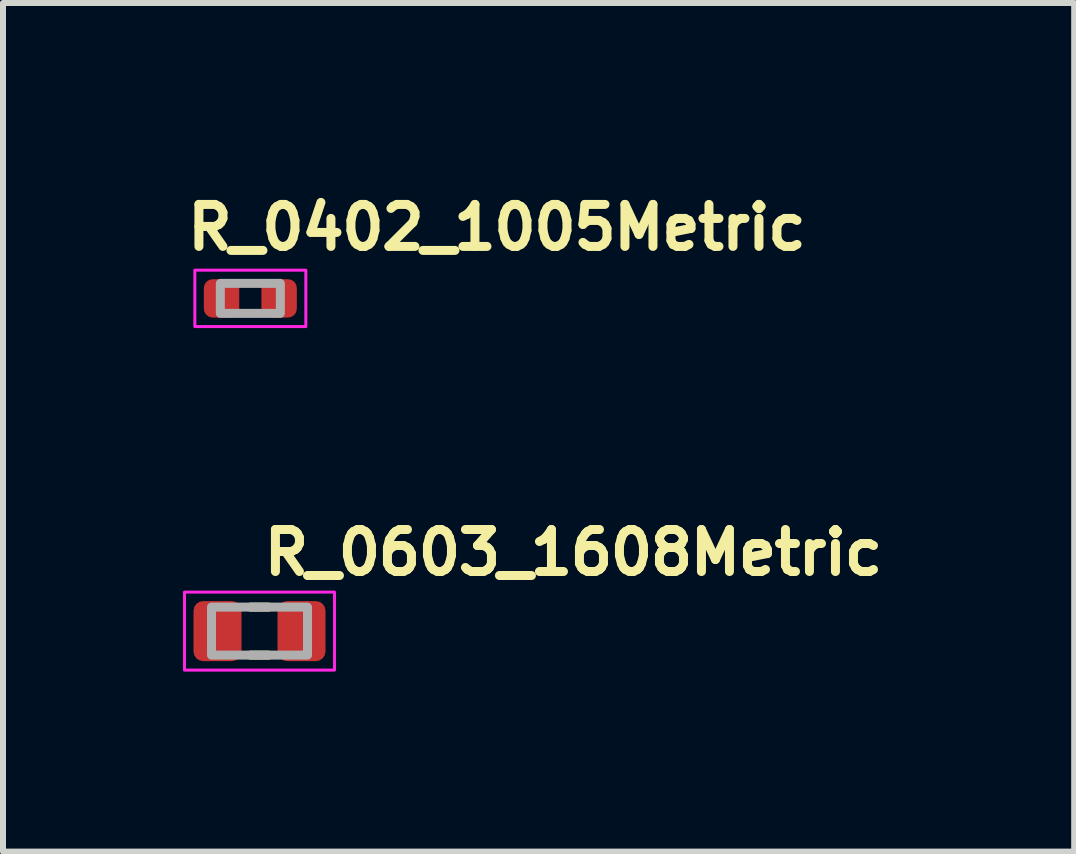
<source format=kicad_pcb>
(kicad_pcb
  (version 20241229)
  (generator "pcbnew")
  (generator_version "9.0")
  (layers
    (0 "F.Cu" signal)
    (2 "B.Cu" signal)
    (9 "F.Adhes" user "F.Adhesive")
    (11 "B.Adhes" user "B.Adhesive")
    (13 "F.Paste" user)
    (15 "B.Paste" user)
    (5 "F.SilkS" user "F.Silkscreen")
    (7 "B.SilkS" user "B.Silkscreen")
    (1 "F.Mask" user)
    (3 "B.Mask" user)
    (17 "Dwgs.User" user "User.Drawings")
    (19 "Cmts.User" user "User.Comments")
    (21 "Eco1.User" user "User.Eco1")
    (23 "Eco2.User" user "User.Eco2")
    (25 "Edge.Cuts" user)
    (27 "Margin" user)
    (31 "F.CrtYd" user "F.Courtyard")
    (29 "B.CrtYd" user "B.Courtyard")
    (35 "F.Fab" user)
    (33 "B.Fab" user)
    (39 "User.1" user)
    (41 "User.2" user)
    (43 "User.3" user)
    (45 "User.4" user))
  (footprint "R_0402_1005Metric"
    (layer "F.Cu")
    (at 1.122 1.923)
    (property "Reference" "R_0402_1005Metric" (at -1.122 -0.773 0) (layer "F.SilkS") (effects (font (size 0.7 0.7) (thickness 0.15)) (justify left bottom)))
    (attr smd)
    (fp_rect (start -0.925 -0.47) (end 0.925 0.47) (stroke (width 0.05) (type default)) (fill no) (layer "F.CrtYd"))
    (fp_rect (start -0.5 -0.25) (end 0.5 0.25) (stroke (width 0.15) (type solid)) (fill no) (layer "F.Fab"))
    (fp_rect (start -0.5 -0.25) (end 0.5 0.25) (stroke (width 0.1) (type solid)) (fill no) (layer "User.5"))
    (fp_line (start -0.5 0.248) (end -0.5 -0.25) (stroke (width 0.02) (type solid)) (layer "User.9"))
    (fp_line (start -0.25 -0.25) (end -0.5 -0.25) (stroke (width 0.02) (type solid)) (layer "User.9"))
    (fp_line (start -0.25 0.248) (end -0.5 0.248) (stroke (width 0.02) (type solid)) (layer "User.9"))
    (fp_line (start -0.25 0.248) (end -0.25 -0.25) (stroke (width 0.02) (type solid)) (layer "User.9"))
    (fp_line (start 0.248 -0.25) (end 0.248 0.248) (stroke (width 0.02) (type solid)) (layer "User.9"))
    (fp_line (start 0.248 -0.232) (end -0.25 -0.232) (stroke (width 0.02) (type solid)) (layer "User.9"))
    (fp_line (start 0.248 0.23) (end -0.25 0.23) (stroke (width 0.02) (type solid)) (layer "User.9"))
    (fp_line (start 0.248 0.248) (end 0.498 0.248) (stroke (width 0.02) (type solid)) (layer "User.9"))
    (fp_line (start 0.498 -0.25) (end 0.248 -0.25) (stroke (width 0.02) (type solid)) (layer "User.9"))
    (fp_line (start 0.498 0.248) (end 0.498 -0.25) (stroke (width 0.02) (type solid)) (layer "User.9"))
    (pad "1" smd roundrect (at -0.48 0) (size 0.59 0.64) (layers "F.Cu" "F.Mask" "F.Paste") (roundrect_rratio 0.25))
    (pad "2" smd roundrect (at 0.48 0) (size 0.59 0.64) (layers "F.Cu" "F.Mask" "F.Paste") (roundrect_rratio 0.25)))
  (footprint "R_0603_1608Metric"
    (layer "F.Cu")
    (at 1.275 7.468)
    (property "Reference" "R_0603_1608Metric" (at 0 -0.9 0) (layer "F.SilkS") (effects (font (size 0.7 0.7) (thickness 0.15)) (justify left bottom)))
    (attr smd)
    (fp_line (start -0.15 -0.4) (end 0.15 -0.4) (stroke (width 0.15) (type solid)) (layer "F.SilkS"))
    (fp_line (start -0.15 0.4) (end 0.15 0.4) (stroke (width 0.15) (type solid)) (layer "F.SilkS"))
    (fp_rect (start -1.25 -0.65) (end 1.25 0.65) (stroke (width 0.05) (type solid)) (fill no) (layer "F.CrtYd"))
    (fp_rect (start -0.8 -0.4) (end 0.8 0.4) (stroke (width 0.15) (type solid)) (fill no) (layer "F.Fab"))
    (fp_rect (start -0.8 -0.4) (end 0.8 0.4) (stroke (width 0.1) (type solid)) (fill no) (layer "User.5"))
    (fp_line (start -0.802 -0.398) (end -0.802 0.396) (stroke (width 0.02) (type solid)) (layer "User.9"))
    (fp_line (start -0.802 -0.398) (end -0.5 -0.398) (stroke (width 0.02) (type solid)) (layer "User.9"))
    (fp_line (start -0.5 -0.402) (end -0.5 0.4) (stroke (width 0.02) (type solid)) (layer "User.9"))
    (fp_line (start -0.5 -0.402) (end 0.498 -0.402) (stroke (width 0.02) (type solid)) (layer "User.9"))
    (fp_line (start -0.5 0.396) (end -0.802 0.396) (stroke (width 0.02) (type solid)) (layer "User.9"))
    (fp_line (start 0.498 -0.402) (end 0.498 0.4) (stroke (width 0.02) (type solid)) (layer "User.9"))
    (fp_line (start 0.498 -0.398) (end 0.8 -0.398) (stroke (width 0.02) (type solid)) (layer "User.9"))
    (fp_line (start 0.498 0.4) (end -0.5 0.4) (stroke (width 0.02) (type solid)) (layer "User.9"))
    (fp_line (start 0.8 -0.398) (end 0.8 0.396) (stroke (width 0.02) (type solid)) (layer "User.9"))
    (fp_line (start 0.8 0.396) (end 0.498 0.396) (stroke (width 0.02) (type solid)) (layer "User.9"))
    (pad "1" smd roundrect (at -0.7 0) (size 0.8 1) (layers "F.Cu" "F.Mask" "F.Paste") (roundrect_rratio 0.2))
    (pad "2" smd roundrect (at 0.7 0) (size 0.8 1) (layers "F.Cu" "F.Mask" "F.Paste") (roundrect_rratio 0.2)))
  (gr_rect
    (start -3 -3)
    (end 14.852 11.143)
    (stroke (width 0.1) (type default))
    (fill no)
    (layer "Edge.Cuts")))
</source>
